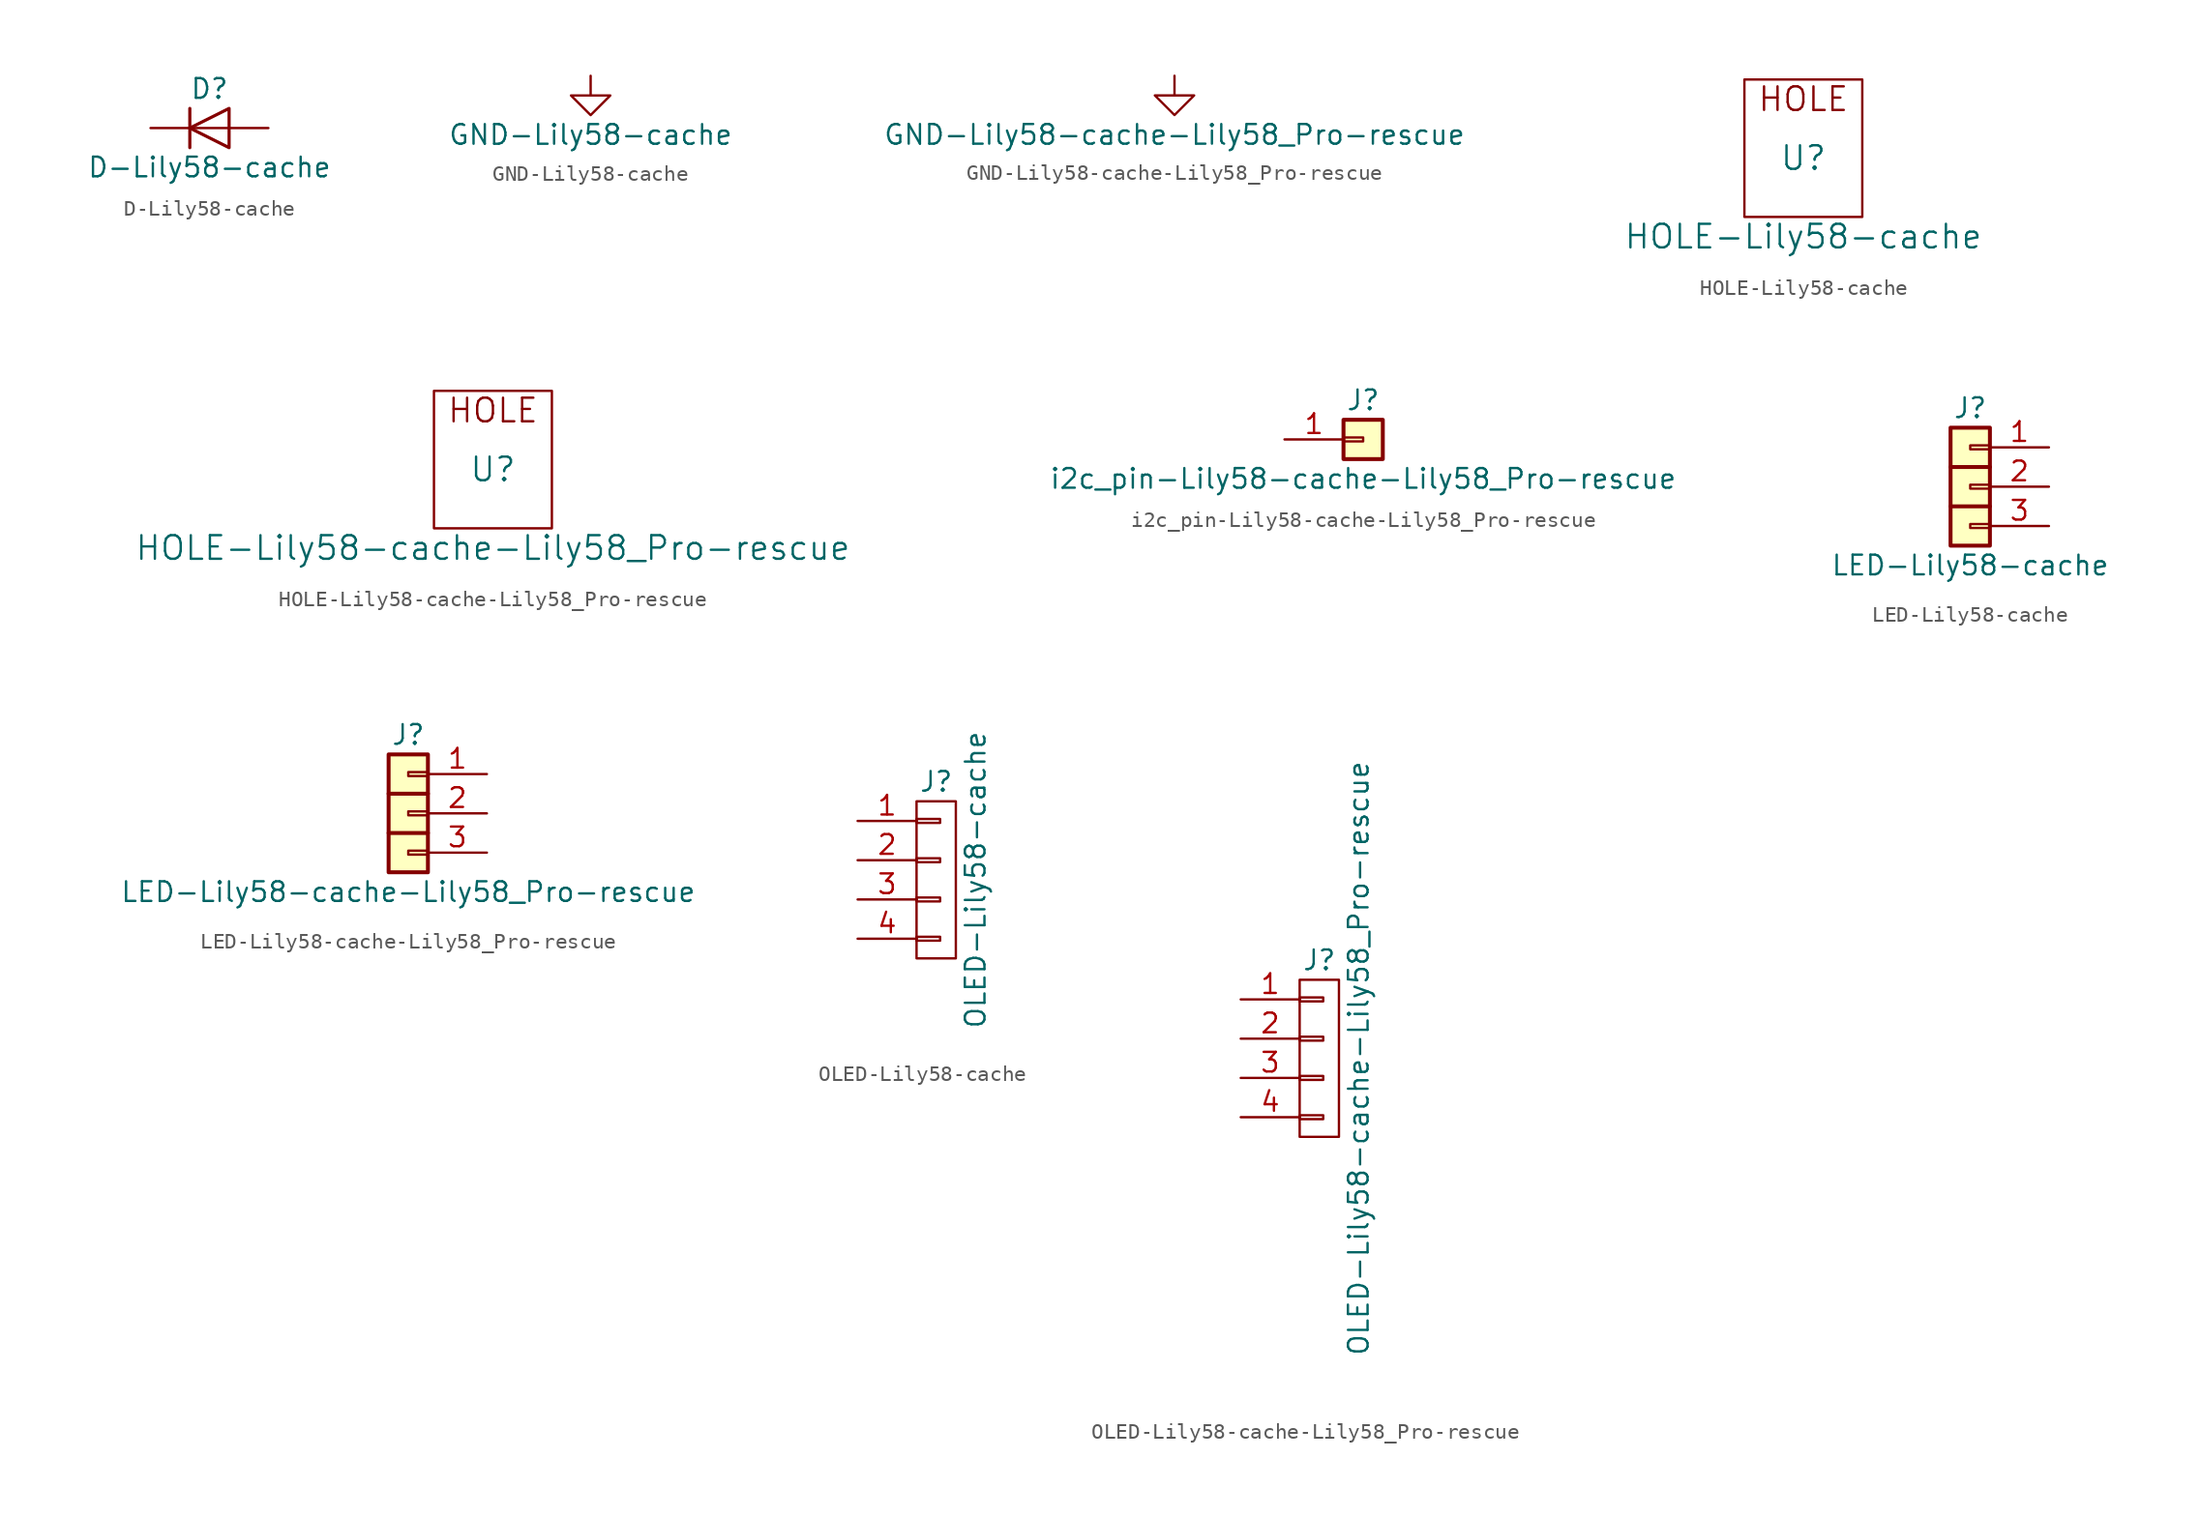
<source format=kicad_sym>
(kicad_symbol_lib
  (version 20231120)
  (generator "kicad_symbol_editor")
  (generator_version "8.0")
  (symbol "D-Lily58-cache"
    (pin_numbers hide)
    (pin_names
      (offset 1.016) hide)
    (property "Reference" "D"
      (at 0 2.54 0)
      (effects (font (size 1.27 1.27))))
    (property "Value" "D-Lily58-cache"
      (at 0 -2.54 0)
      (effects (font (size 1.27 1.27))))
    (symbol "D-Lily58-cache_0_1"
      (polyline (pts (xy -1.27 1.27) (xy -1.27 -1.27)) (stroke (width 0.203) (type solid)) (fill (type none)))
      (polyline (pts (xy 1.27 0) (xy -1.27 0)) (stroke (width 0) (type solid)) (fill (type none)))
      (polyline (pts (xy 1.27 1.27) (xy 1.27 -1.27) (xy -1.27 0) (xy 1.27 1.27)) (stroke (width 0.203) (type solid)) (fill (type none))))
    (symbol "D-Lily58-cache_1_1"
      (pin passive line (at -3.81 0 0) (length 2.54) (name "K" (effects (font (size 1.27 1.27)))) (number "1" (effects (font (size 1.27 1.27)))))
      (pin passive line (at 3.81 0 180) (length 2.54) (name "A" (effects (font (size 1.27 1.27)))) (number "2" (effects (font (size 1.27 1.27)))))))
  (symbol "GND-Lily58-cache"
    (power)
    (pin_names
      (offset 0))
    (property "Reference" "#PWR"
      (at 0 -6.35 0)
      (effects (font (size 1.27 1.27)) (hide yes)))
    (property "Value" "GND-Lily58-cache"
      (at 0 -3.81 0)
      (effects (font (size 1.27 1.27))))
    (symbol "GND-Lily58-cache_1_1"
      (polyline (pts (xy 0 0) (xy 0 -1.27) (xy 1.27 -1.27) (xy 0 -2.54) (xy -1.27 -1.27) (xy 0 -1.27)) (stroke (width 0) (type solid)) (fill (type none)))
      (pin power_in line (at 0 0 0) (length 0) hide (name "GND" (effects (font (size 1.27 1.27)))) (number "1" (effects (font (size 1.27 1.27)))))))
  (symbol "GND-Lily58-cache-Lily58_Pro-rescue"
    (power)
    (pin_names
      (offset 0))
    (property "Reference" "#PWR"
      (at 0 -6.35 0)
      (effects (font (size 1.27 1.27)) (hide yes)))
    (property "Value" "GND-Lily58-cache-Lily58_Pro-rescue"
      (at 0 -3.81 0)
      (effects (font (size 1.27 1.27))))
    (symbol "GND-Lily58-cache-Lily58_Pro-rescue_1_1"
      (polyline (pts (xy 0 0) (xy 0 -1.27) (xy 1.27 -1.27) (xy 0 -2.54) (xy -1.27 -1.27) (xy 0 -1.27)) (stroke (width 0) (type solid)) (fill (type none)))
      (pin power_in line (at 0 0 0) (length 0) hide (name "GND" (effects (font (size 1.27 1.27)))) (number "1" (effects (font (size 1.27 1.27)))))))
  (symbol "HOLE-Lily58-cache"
    (pin_names
      (offset 1.016))
    (property "Reference" "U"
      (at 0 0 0)
      (effects (font (size 1.524 1.524))))
    (property "Value" "HOLE-Lily58-cache"
      (at 0 -5.08 0)
      (effects (font (size 1.524 1.524))))
    (property "Footprint" ""
      (at 0 0 0)
      (effects (font (size 1.524 1.524))))
    (property "Datasheet" ""
      (at 0 0 0)
      (effects (font (size 1.524 1.524))))
    (symbol "HOLE-Lily58-cache_0_0"
      (text "HOLE" (at 0 3.81 0) (effects (font (size 1.524 1.524)))))
    (symbol "HOLE-Lily58-cache_0_1"
      (rectangle (start 3.81 5.08) (end -3.81 -3.81) (stroke (width 0) (type solid)) (fill (type none)))))
  (symbol "HOLE-Lily58-cache-Lily58_Pro-rescue"
    (pin_names
      (offset 1.016))
    (property "Reference" "U"
      (at 0 0 0)
      (effects (font (size 1.524 1.524))))
    (property "Value" "HOLE-Lily58-cache-Lily58_Pro-rescue"
      (at 0 -5.08 0)
      (effects (font (size 1.524 1.524))))
    (property "Footprint" ""
      (at 0 0 0)
      (effects (font (size 1.524 1.524))))
    (property "Datasheet" ""
      (at 0 0 0)
      (effects (font (size 1.524 1.524))))
    (symbol "HOLE-Lily58-cache-Lily58_Pro-rescue_0_0"
      (text "HOLE" (at 0 3.81 0) (effects (font (size 1.524 1.524)))))
    (symbol "HOLE-Lily58-cache-Lily58_Pro-rescue_0_1"
      (rectangle (start 3.81 5.08) (end -3.81 -3.81) (stroke (width 0) (type solid)) (fill (type none)))))
  (symbol "i2c_pin-Lily58-cache-Lily58_Pro-rescue"
    (pin_names
      (offset 1.016) hide)
    (property "Reference" "J"
      (at 0 2.54 0)
      (effects (font (size 1.27 1.27))))
    (property "Value" "i2c_pin-Lily58-cache-Lily58_Pro-rescue"
      (at 0 -2.54 0)
      (effects (font (size 1.27 1.27))))
    (symbol "i2c_pin-Lily58-cache-Lily58_Pro-rescue_1_1"
      (rectangle (start -1.27 0.127) (end 0 -0.127) (stroke (width 0.152) (type solid)) (fill (type none)))
      (rectangle (start -1.27 1.27) (end 1.27 -1.27) (stroke (width 0.254) (type solid)) (fill (type background)))
      (pin passive line (at -5.08 0 0) (length 3.81) (name "Pin_1" (effects (font (size 1.27 1.27)))) (number "1" (effects (font (size 1.27 1.27)))))))
  (symbol "LED-Lily58-cache"
    (pin_names
      (offset 1.016) hide)
    (property "Reference" "J"
      (at 0 5.08 0)
      (effects (font (size 1.27 1.27))))
    (property "Value" "LED-Lily58-cache"
      (at 0 -5.08 0)
      (effects (font (size 1.27 1.27))))
    (symbol "LED-Lily58-cache_1_1"
      (rectangle (start -1.27 3.81) (end 1.27 -3.81) (stroke (width 0.254) (type solid)) (fill (type background)))
      (rectangle (start 0 -2.413) (end 1.27 -2.667) (stroke (width 0.152) (type solid)) (fill (type none)))
      (polyline (pts (xy -1.27 -1.27) (xy 1.27 -1.27)) (stroke (width 0.254) (type solid)) (fill (type none)))
      (polyline (pts (xy -1.27 1.27) (xy 1.27 1.27)) (stroke (width 0.254) (type solid)) (fill (type none)))
      (rectangle (start 0 0.127) (end 1.27 -0.127) (stroke (width 0.152) (type solid)) (fill (type none)))
      (rectangle (start 0 2.667) (end 1.27 2.413) (stroke (width 0.152) (type solid)) (fill (type none)))
      (pin passive line (at 5.08 2.54 180) (length 3.81) (name "Pin_1" (effects (font (size 1.27 1.27)))) (number "1" (effects (font (size 1.27 1.27)))))
      (pin passive line (at 5.08 0 180) (length 3.81) (name "Pin_2" (effects (font (size 1.27 1.27)))) (number "2" (effects (font (size 1.27 1.27)))))
      (pin passive line (at 5.08 -2.54 180) (length 3.81) (name "Pin_3" (effects (font (size 1.27 1.27)))) (number "3" (effects (font (size 1.27 1.27)))))))
  (symbol "LED-Lily58-cache-Lily58_Pro-rescue"
    (pin_names
      (offset 1.016) hide)
    (property "Reference" "J"
      (at 0 5.08 0)
      (effects (font (size 1.27 1.27))))
    (property "Value" "LED-Lily58-cache-Lily58_Pro-rescue"
      (at 0 -5.08 0)
      (effects (font (size 1.27 1.27))))
    (symbol "LED-Lily58-cache-Lily58_Pro-rescue_1_1"
      (rectangle (start -1.27 3.81) (end 1.27 -3.81) (stroke (width 0.254) (type solid)) (fill (type background)))
      (rectangle (start 0 -2.413) (end 1.27 -2.667) (stroke (width 0.152) (type solid)) (fill (type none)))
      (polyline (pts (xy -1.27 -1.27) (xy 1.27 -1.27)) (stroke (width 0.254) (type solid)) (fill (type none)))
      (polyline (pts (xy -1.27 1.27) (xy 1.27 1.27)) (stroke (width 0.254) (type solid)) (fill (type none)))
      (rectangle (start 0 0.127) (end 1.27 -0.127) (stroke (width 0.152) (type solid)) (fill (type none)))
      (rectangle (start 0 2.667) (end 1.27 2.413) (stroke (width 0.152) (type solid)) (fill (type none)))
      (pin passive line (at 5.08 2.54 180) (length 3.81) (name "Pin_1" (effects (font (size 1.27 1.27)))) (number "1" (effects (font (size 1.27 1.27)))))
      (pin passive line (at 5.08 0 180) (length 3.81) (name "Pin_2" (effects (font (size 1.27 1.27)))) (number "2" (effects (font (size 1.27 1.27)))))
      (pin passive line (at 5.08 -2.54 180) (length 3.81) (name "Pin_3" (effects (font (size 1.27 1.27)))) (number "3" (effects (font (size 1.27 1.27)))))))
  (symbol "OLED-Lily58-cache"
    (pin_names
      (offset 1.016) hide)
    (property "Reference" "J"
      (at 0 6.35 0)
      (effects (font (size 1.27 1.27))))
    (property "Value" "OLED-Lily58-cache"
      (at 2.54 0 90)
      (effects (font (size 1.27 1.27))))
    (property "Footprint" ""
      (at 0 0 0)
      (effects (font (size 1.27 1.27))))
    (property "Datasheet" ""
      (at 0 0 0)
      (effects (font (size 1.27 1.27))))
    (symbol "OLED-Lily58-cache_0_1"
      (rectangle (start -1.27 -3.683) (end 0.254 -3.937) (stroke (width 0) (type solid)) (fill (type none)))
      (rectangle (start -1.27 -1.143) (end 0.254 -1.397) (stroke (width 0) (type solid)) (fill (type none)))
      (rectangle (start -1.27 1.397) (end 0.254 1.143) (stroke (width 0) (type solid)) (fill (type none)))
      (rectangle (start -1.27 3.937) (end 0.254 3.683) (stroke (width 0) (type solid)) (fill (type none)))
      (rectangle (start -1.27 5.08) (end 1.27 -5.08) (stroke (width 0) (type solid)) (fill (type none))))
    (symbol "OLED-Lily58-cache_1_1"
      (pin passive line (at -5.08 3.81 0) (length 3.81) (name "P1" (effects (font (size 1.27 1.27)))) (number "1" (effects (font (size 1.27 1.27)))))
      (pin passive line (at -5.08 1.27 0) (length 3.81) (name "P2" (effects (font (size 1.27 1.27)))) (number "2" (effects (font (size 1.27 1.27)))))
      (pin passive line (at -5.08 -1.27 0) (length 3.81) (name "P3" (effects (font (size 1.27 1.27)))) (number "3" (effects (font (size 1.27 1.27)))))
      (pin passive line (at -5.08 -3.81 0) (length 3.81) (name "P4" (effects (font (size 1.27 1.27)))) (number "4" (effects (font (size 1.27 1.27)))))))
  (symbol "OLED-Lily58-cache-Lily58_Pro-rescue"
    (pin_names
      (offset 1.016) hide)
    (property "Reference" "J"
      (at 0 6.35 0)
      (effects (font (size 1.27 1.27))))
    (property "Value" "OLED-Lily58-cache-Lily58_Pro-rescue"
      (at 2.54 0 90)
      (effects (font (size 1.27 1.27))))
    (property "Footprint" ""
      (at 0 0 0)
      (effects (font (size 1.27 1.27))))
    (property "Datasheet" ""
      (at 0 0 0)
      (effects (font (size 1.27 1.27))))
    (symbol "OLED-Lily58-cache-Lily58_Pro-rescue_0_1"
      (rectangle (start -1.27 -3.683) (end 0.254 -3.937) (stroke (width 0) (type solid)) (fill (type none)))
      (rectangle (start -1.27 -1.143) (end 0.254 -1.397) (stroke (width 0) (type solid)) (fill (type none)))
      (rectangle (start -1.27 1.397) (end 0.254 1.143) (stroke (width 0) (type solid)) (fill (type none)))
      (rectangle (start -1.27 3.937) (end 0.254 3.683) (stroke (width 0) (type solid)) (fill (type none)))
      (rectangle (start -1.27 5.08) (end 1.27 -5.08) (stroke (width 0) (type solid)) (fill (type none))))
    (symbol "OLED-Lily58-cache-Lily58_Pro-rescue_1_1"
      (pin passive line (at -5.08 3.81 0) (length 3.81) (name "P1" (effects (font (size 1.27 1.27)))) (number "1" (effects (font (size 1.27 1.27)))))
      (pin passive line (at -5.08 1.27 0) (length 3.81) (name "P2" (effects (font (size 1.27 1.27)))) (number "2" (effects (font (size 1.27 1.27)))))
      (pin passive line (at -5.08 -1.27 0) (length 3.81) (name "P3" (effects (font (size 1.27 1.27)))) (number "3" (effects (font (size 1.27 1.27)))))
      (pin passive line (at -5.08 -3.81 0) (length 3.81) (name "P4" (effects (font (size 1.27 1.27)))) (number "4" (effects (font (size 1.27 1.27))))))))
</source>
